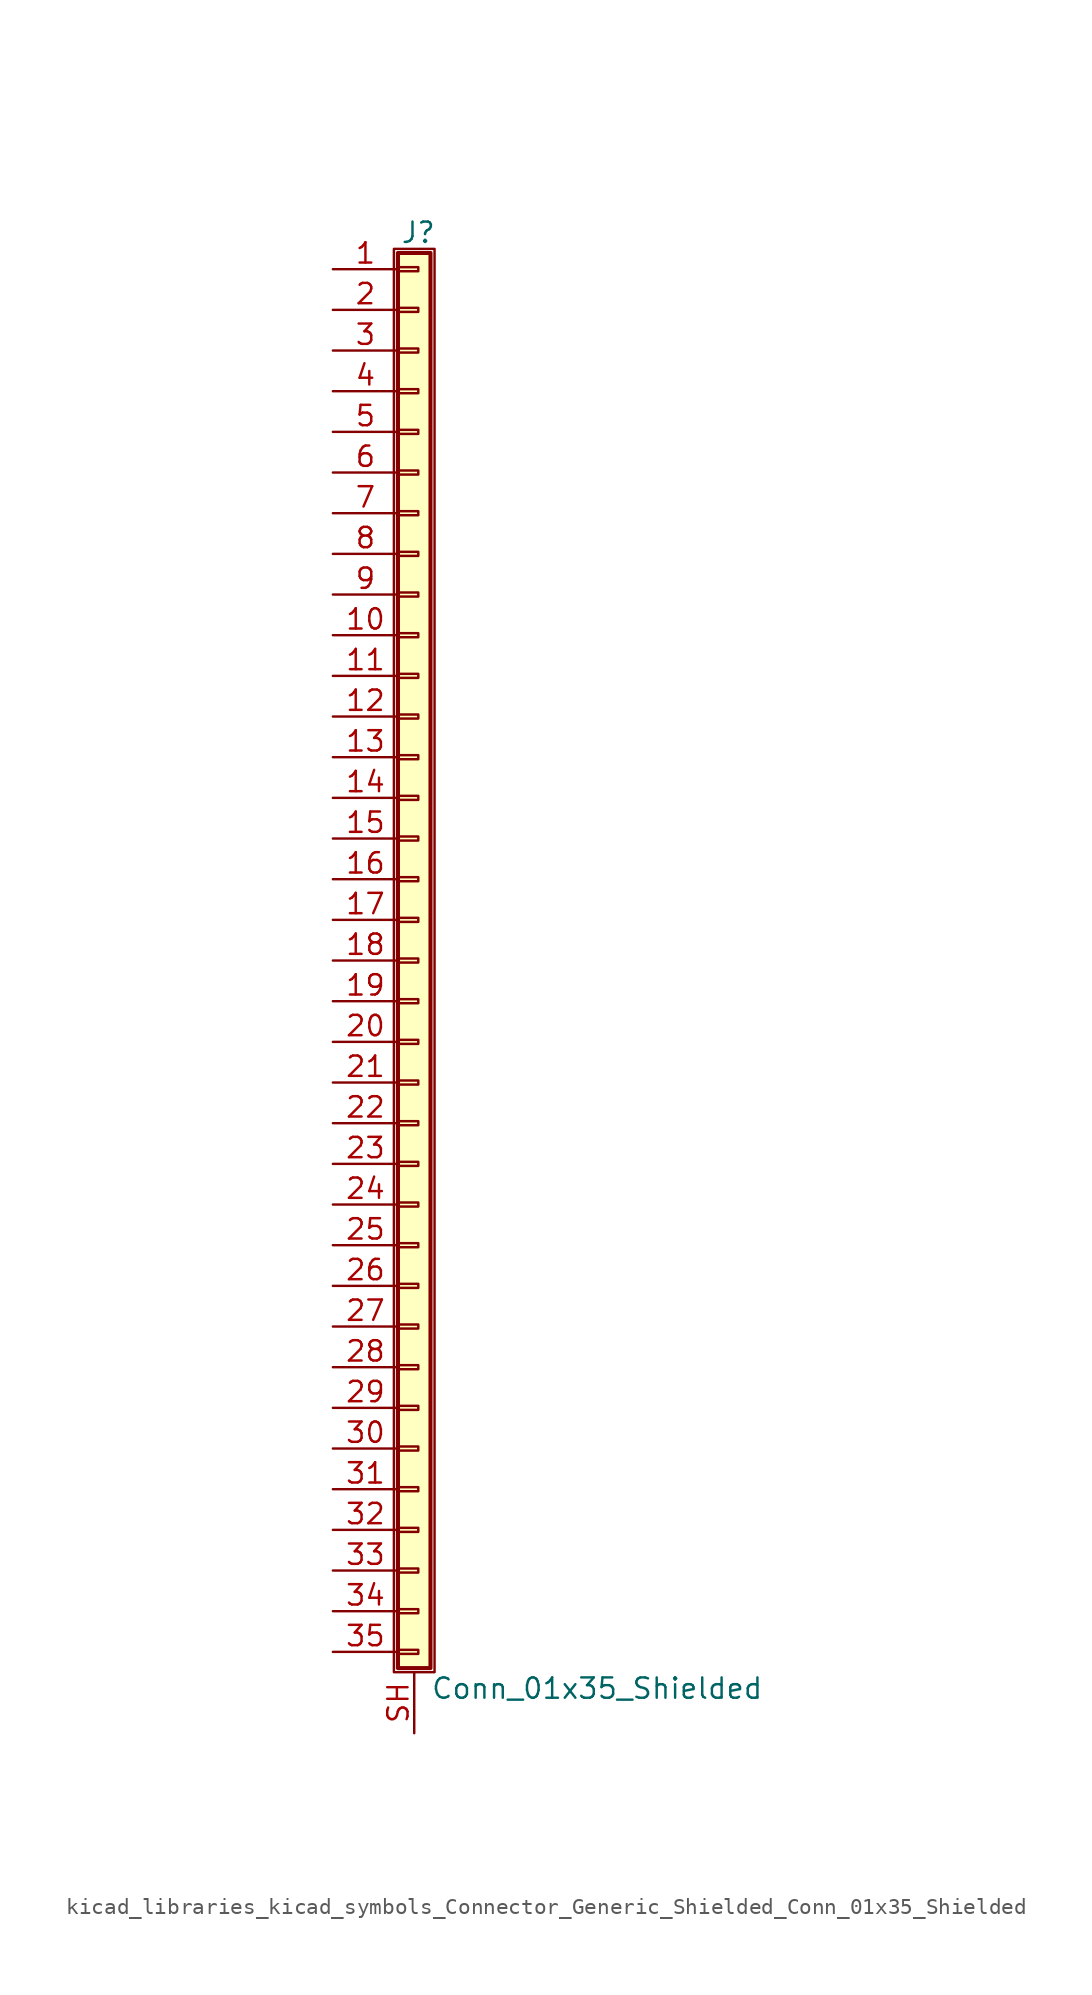
<source format=kicad_sym>
(kicad_symbol_lib
  (version 20220914)
  (generator kicad_symbol_editor)
  (symbol "kicad_libraries_kicad_symbols_Connector_Generic_Shielded_Conn_01x35_Shielded"
    (pin_names
      (offset 1.016) hide)
    (property "Reference" "J"
      (at 0.254 45.466 0)
      (effects (font (size 1.27 1.27))))
    (property "Value" "Conn_01x35_Shielded"
      (at 1.016 -45.466 0)
      (effects (font (size 1.27 1.27)) (justify left)))
    (symbol "kicad_libraries_kicad_symbols_Connector_Generic_Shielded_Conn_01x35_Shielded_1_1"
      (rectangle (start -1.27 44.45) (end 1.27 -44.45) (stroke (width 0.152) (type default)) (fill (type none)))
      (rectangle (start -1.016 -43.053) (end 0.254 -43.307) (stroke (width 0.152) (type default)) (fill (type none)))
      (rectangle (start -1.016 -40.513) (end 0.254 -40.767) (stroke (width 0.152) (type default)) (fill (type none)))
      (rectangle (start -1.016 -37.973) (end 0.254 -38.227) (stroke (width 0.152) (type default)) (fill (type none)))
      (rectangle (start -1.016 -35.433) (end 0.254 -35.687) (stroke (width 0.152) (type default)) (fill (type none)))
      (rectangle (start -1.016 -32.893) (end 0.254 -33.147) (stroke (width 0.152) (type default)) (fill (type none)))
      (rectangle (start -1.016 -30.353) (end 0.254 -30.607) (stroke (width 0.152) (type default)) (fill (type none)))
      (rectangle (start -1.016 -27.813) (end 0.254 -28.067) (stroke (width 0.152) (type default)) (fill (type none)))
      (rectangle (start -1.016 -25.273) (end 0.254 -25.527) (stroke (width 0.152) (type default)) (fill (type none)))
      (rectangle (start -1.016 -22.733) (end 0.254 -22.987) (stroke (width 0.152) (type default)) (fill (type none)))
      (rectangle (start -1.016 -20.193) (end 0.254 -20.447) (stroke (width 0.152) (type default)) (fill (type none)))
      (rectangle (start -1.016 -17.653) (end 0.254 -17.907) (stroke (width 0.152) (type default)) (fill (type none)))
      (rectangle (start -1.016 -15.113) (end 0.254 -15.367) (stroke (width 0.152) (type default)) (fill (type none)))
      (rectangle (start -1.016 -12.573) (end 0.254 -12.827) (stroke (width 0.152) (type default)) (fill (type none)))
      (rectangle (start -1.016 -10.033) (end 0.254 -10.287) (stroke (width 0.152) (type default)) (fill (type none)))
      (rectangle (start -1.016 -7.493) (end 0.254 -7.747) (stroke (width 0.152) (type default)) (fill (type none)))
      (rectangle (start -1.016 -4.953) (end 0.254 -5.207) (stroke (width 0.152) (type default)) (fill (type none)))
      (rectangle (start -1.016 -2.413) (end 0.254 -2.667) (stroke (width 0.152) (type default)) (fill (type none)))
      (rectangle (start -1.016 0.127) (end 0.254 -0.127) (stroke (width 0.152) (type default)) (fill (type none)))
      (rectangle (start -1.016 2.667) (end 0.254 2.413) (stroke (width 0.152) (type default)) (fill (type none)))
      (rectangle (start -1.016 5.207) (end 0.254 4.953) (stroke (width 0.152) (type default)) (fill (type none)))
      (rectangle (start -1.016 7.747) (end 0.254 7.493) (stroke (width 0.152) (type default)) (fill (type none)))
      (rectangle (start -1.016 10.287) (end 0.254 10.033) (stroke (width 0.152) (type default)) (fill (type none)))
      (rectangle (start -1.016 12.827) (end 0.254 12.573) (stroke (width 0.152) (type default)) (fill (type none)))
      (rectangle (start -1.016 15.367) (end 0.254 15.113) (stroke (width 0.152) (type default)) (fill (type none)))
      (rectangle (start -1.016 17.907) (end 0.254 17.653) (stroke (width 0.152) (type default)) (fill (type none)))
      (rectangle (start -1.016 20.447) (end 0.254 20.193) (stroke (width 0.152) (type default)) (fill (type none)))
      (rectangle (start -1.016 22.987) (end 0.254 22.733) (stroke (width 0.152) (type default)) (fill (type none)))
      (rectangle (start -1.016 25.527) (end 0.254 25.273) (stroke (width 0.152) (type default)) (fill (type none)))
      (rectangle (start -1.016 28.067) (end 0.254 27.813) (stroke (width 0.152) (type default)) (fill (type none)))
      (rectangle (start -1.016 30.607) (end 0.254 30.353) (stroke (width 0.152) (type default)) (fill (type none)))
      (rectangle (start -1.016 33.147) (end 0.254 32.893) (stroke (width 0.152) (type default)) (fill (type none)))
      (rectangle (start -1.016 35.687) (end 0.254 35.433) (stroke (width 0.152) (type default)) (fill (type none)))
      (rectangle (start -1.016 38.227) (end 0.254 37.973) (stroke (width 0.152) (type default)) (fill (type none)))
      (rectangle (start -1.016 40.767) (end 0.254 40.513) (stroke (width 0.152) (type default)) (fill (type none)))
      (rectangle (start -1.016 43.307) (end 0.254 43.053) (stroke (width 0.152) (type default)) (fill (type none)))
      (rectangle (start -1.016 44.196) (end 1.016 -44.196) (stroke (width 0.254) (type default)) (fill (type background)))
      (pin passive line (at -5.08 43.18 0) (length 4.064) (name "Pin_1" (effects (font (size 1.27 1.27)))) (number "1" (effects (font (size 1.27 1.27)))))
      (pin passive line (at -5.08 20.32 0) (length 4.064) (name "Pin_10" (effects (font (size 1.27 1.27)))) (number "10" (effects (font (size 1.27 1.27)))))
      (pin passive line (at -5.08 17.78 0) (length 4.064) (name "Pin_11" (effects (font (size 1.27 1.27)))) (number "11" (effects (font (size 1.27 1.27)))))
      (pin passive line (at -5.08 15.24 0) (length 4.064) (name "Pin_12" (effects (font (size 1.27 1.27)))) (number "12" (effects (font (size 1.27 1.27)))))
      (pin passive line (at -5.08 12.7 0) (length 4.064) (name "Pin_13" (effects (font (size 1.27 1.27)))) (number "13" (effects (font (size 1.27 1.27)))))
      (pin passive line (at -5.08 10.16 0) (length 4.064) (name "Pin_14" (effects (font (size 1.27 1.27)))) (number "14" (effects (font (size 1.27 1.27)))))
      (pin passive line (at -5.08 7.62 0) (length 4.064) (name "Pin_15" (effects (font (size 1.27 1.27)))) (number "15" (effects (font (size 1.27 1.27)))))
      (pin passive line (at -5.08 5.08 0) (length 4.064) (name "Pin_16" (effects (font (size 1.27 1.27)))) (number "16" (effects (font (size 1.27 1.27)))))
      (pin passive line (at -5.08 2.54 0) (length 4.064) (name "Pin_17" (effects (font (size 1.27 1.27)))) (number "17" (effects (font (size 1.27 1.27)))))
      (pin passive line (at -5.08 0 0) (length 4.064) (name "Pin_18" (effects (font (size 1.27 1.27)))) (number "18" (effects (font (size 1.27 1.27)))))
      (pin passive line (at -5.08 -2.54 0) (length 4.064) (name "Pin_19" (effects (font (size 1.27 1.27)))) (number "19" (effects (font (size 1.27 1.27)))))
      (pin passive line (at -5.08 40.64 0) (length 4.064) (name "Pin_2" (effects (font (size 1.27 1.27)))) (number "2" (effects (font (size 1.27 1.27)))))
      (pin passive line (at -5.08 -5.08 0) (length 4.064) (name "Pin_20" (effects (font (size 1.27 1.27)))) (number "20" (effects (font (size 1.27 1.27)))))
      (pin passive line (at -5.08 -7.62 0) (length 4.064) (name "Pin_21" (effects (font (size 1.27 1.27)))) (number "21" (effects (font (size 1.27 1.27)))))
      (pin passive line (at -5.08 -10.16 0) (length 4.064) (name "Pin_22" (effects (font (size 1.27 1.27)))) (number "22" (effects (font (size 1.27 1.27)))))
      (pin passive line (at -5.08 -12.7 0) (length 4.064) (name "Pin_23" (effects (font (size 1.27 1.27)))) (number "23" (effects (font (size 1.27 1.27)))))
      (pin passive line (at -5.08 -15.24 0) (length 4.064) (name "Pin_24" (effects (font (size 1.27 1.27)))) (number "24" (effects (font (size 1.27 1.27)))))
      (pin passive line (at -5.08 -17.78 0) (length 4.064) (name "Pin_25" (effects (font (size 1.27 1.27)))) (number "25" (effects (font (size 1.27 1.27)))))
      (pin passive line (at -5.08 -20.32 0) (length 4.064) (name "Pin_26" (effects (font (size 1.27 1.27)))) (number "26" (effects (font (size 1.27 1.27)))))
      (pin passive line (at -5.08 -22.86 0) (length 4.064) (name "Pin_27" (effects (font (size 1.27 1.27)))) (number "27" (effects (font (size 1.27 1.27)))))
      (pin passive line (at -5.08 -25.4 0) (length 4.064) (name "Pin_28" (effects (font (size 1.27 1.27)))) (number "28" (effects (font (size 1.27 1.27)))))
      (pin passive line (at -5.08 -27.94 0) (length 4.064) (name "Pin_29" (effects (font (size 1.27 1.27)))) (number "29" (effects (font (size 1.27 1.27)))))
      (pin passive line (at -5.08 38.1 0) (length 4.064) (name "Pin_3" (effects (font (size 1.27 1.27)))) (number "3" (effects (font (size 1.27 1.27)))))
      (pin passive line (at -5.08 -30.48 0) (length 4.064) (name "Pin_30" (effects (font (size 1.27 1.27)))) (number "30" (effects (font (size 1.27 1.27)))))
      (pin passive line (at -5.08 -33.02 0) (length 4.064) (name "Pin_31" (effects (font (size 1.27 1.27)))) (number "31" (effects (font (size 1.27 1.27)))))
      (pin passive line (at -5.08 -35.56 0) (length 4.064) (name "Pin_32" (effects (font (size 1.27 1.27)))) (number "32" (effects (font (size 1.27 1.27)))))
      (pin passive line (at -5.08 -38.1 0) (length 4.064) (name "Pin_33" (effects (font (size 1.27 1.27)))) (number "33" (effects (font (size 1.27 1.27)))))
      (pin passive line (at -5.08 -40.64 0) (length 4.064) (name "Pin_34" (effects (font (size 1.27 1.27)))) (number "34" (effects (font (size 1.27 1.27)))))
      (pin passive line (at -5.08 -43.18 0) (length 4.064) (name "Pin_35" (effects (font (size 1.27 1.27)))) (number "35" (effects (font (size 1.27 1.27)))))
      (pin passive line (at -5.08 35.56 0) (length 4.064) (name "Pin_4" (effects (font (size 1.27 1.27)))) (number "4" (effects (font (size 1.27 1.27)))))
      (pin passive line (at -5.08 33.02 0) (length 4.064) (name "Pin_5" (effects (font (size 1.27 1.27)))) (number "5" (effects (font (size 1.27 1.27)))))
      (pin passive line (at -5.08 30.48 0) (length 4.064) (name "Pin_6" (effects (font (size 1.27 1.27)))) (number "6" (effects (font (size 1.27 1.27)))))
      (pin passive line (at -5.08 27.94 0) (length 4.064) (name "Pin_7" (effects (font (size 1.27 1.27)))) (number "7" (effects (font (size 1.27 1.27)))))
      (pin passive line (at -5.08 25.4 0) (length 4.064) (name "Pin_8" (effects (font (size 1.27 1.27)))) (number "8" (effects (font (size 1.27 1.27)))))
      (pin passive line (at -5.08 22.86 0) (length 4.064) (name "Pin_9" (effects (font (size 1.27 1.27)))) (number "9" (effects (font (size 1.27 1.27)))))
      (pin passive line (at 0 -48.26 90) (length 3.81) (name "Shield" (effects (font (size 1.27 1.27)))) (number "SH" (effects (font (size 1.27 1.27))))))))
</source>
